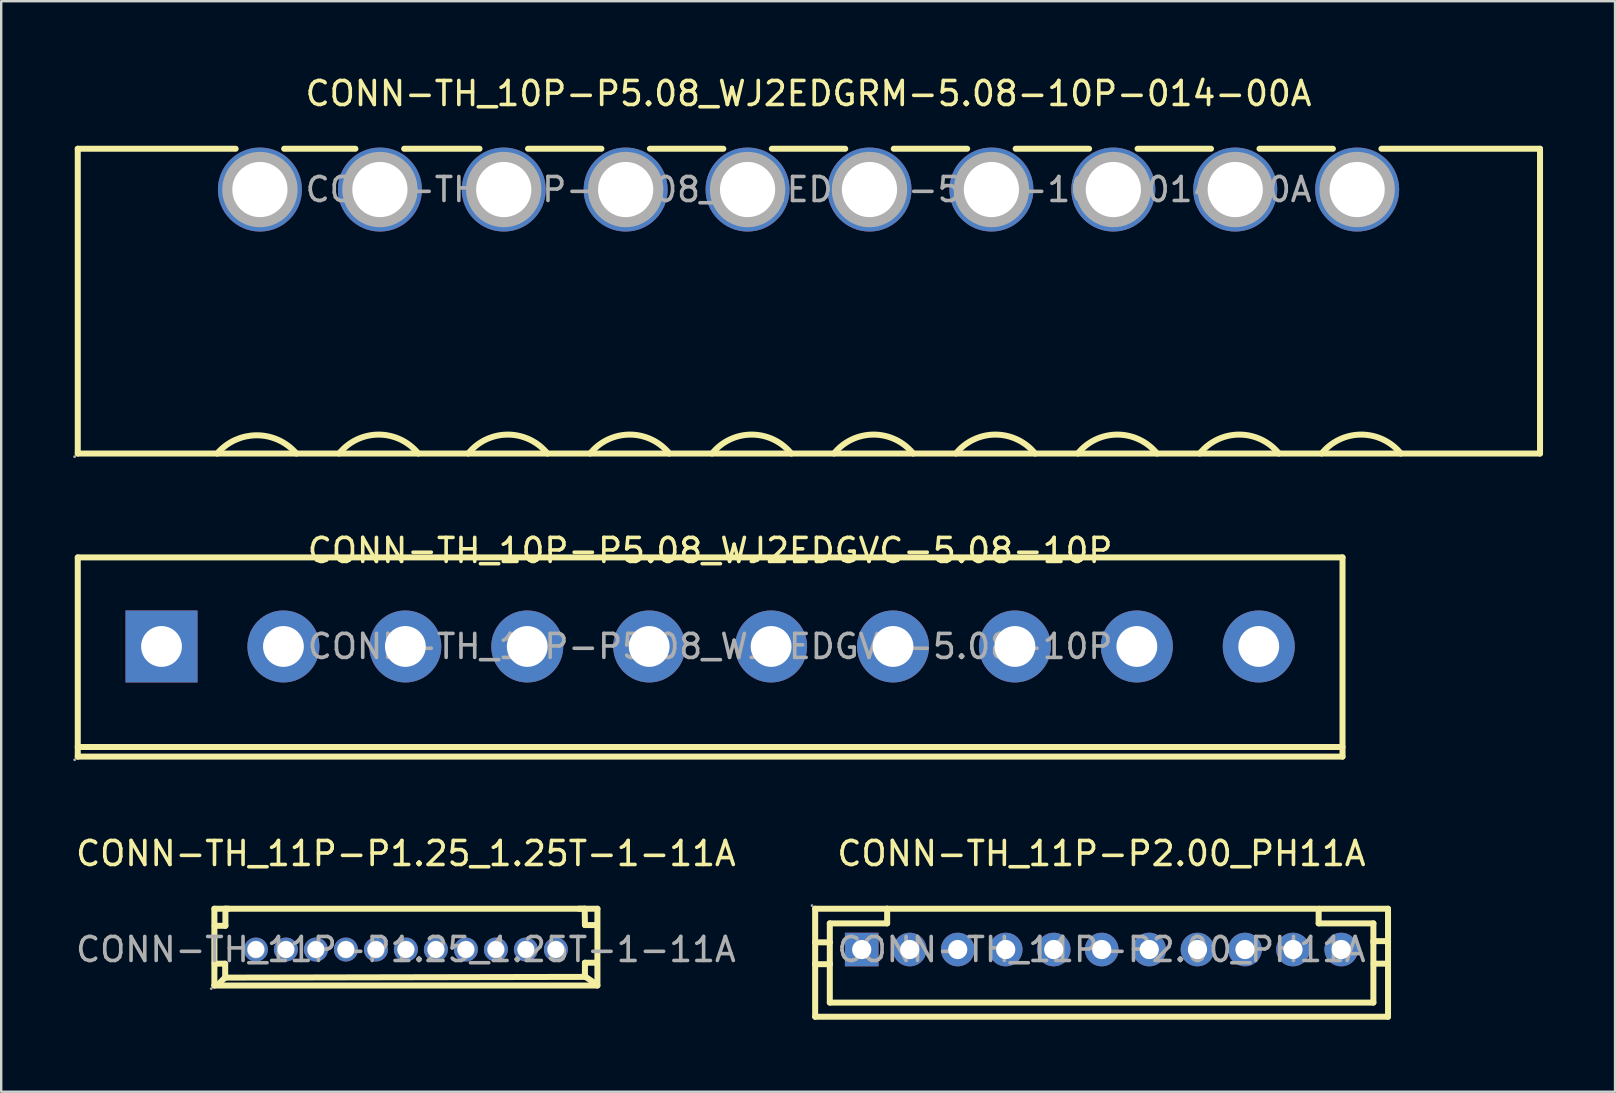
<source format=kicad_pcb>
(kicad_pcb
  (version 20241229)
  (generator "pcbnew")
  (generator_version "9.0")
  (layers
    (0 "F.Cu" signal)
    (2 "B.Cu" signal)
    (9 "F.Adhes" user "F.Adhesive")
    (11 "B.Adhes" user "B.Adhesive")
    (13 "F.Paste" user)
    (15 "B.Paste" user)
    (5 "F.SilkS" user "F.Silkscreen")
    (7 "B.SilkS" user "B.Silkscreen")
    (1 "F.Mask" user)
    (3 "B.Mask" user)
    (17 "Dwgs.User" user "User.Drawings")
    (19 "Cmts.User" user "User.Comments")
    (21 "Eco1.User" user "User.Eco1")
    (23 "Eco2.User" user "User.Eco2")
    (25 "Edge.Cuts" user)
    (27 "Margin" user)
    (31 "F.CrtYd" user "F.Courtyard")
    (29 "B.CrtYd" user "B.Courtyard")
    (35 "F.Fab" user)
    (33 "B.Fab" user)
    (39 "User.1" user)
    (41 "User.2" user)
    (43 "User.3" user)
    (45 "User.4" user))
  (footprint "CONN-TH_10P-P5.08_WJ2EDGVC-5.08-10P"
    (layer "F.Cu")
    (at 26.54 23.887)
    (property "Reference" "CONN-TH_10P-P5.08_WJ2EDGVC-5.08-10P" (at 0 -4 0) (layer "F.SilkS") (effects (font (size 1 1) (thickness 0.15))))
    (attr through_hole)
    (fp_line (start -26.35 -3.71) (end 26.35 -3.71) (stroke (width 0.25) (type solid)) (layer "F.SilkS"))
    (fp_line (start -26.35 4.19) (end 26.35 4.19) (stroke (width 0.25) (type solid)) (layer "F.SilkS"))
    (fp_line (start -26.35 4.59) (end -26.35 -3.71) (stroke (width 0.25) (type solid)) (layer "F.SilkS"))
    (fp_line (start -26.35 4.59) (end 26.35 4.59) (stroke (width 0.25) (type solid)) (layer "F.SilkS"))
    (fp_line (start 26.35 4.59) (end 26.35 -3.71) (stroke (width 0.25) (type solid)) (layer "F.SilkS"))
    (fp_circle (center -26.48 4.72) (end -26.45 4.72) (stroke (width 0.06) (type solid)) (fill no) (layer "F.Fab"))
    (fp_circle (center -22.86 0) (end -22.48 0) (stroke (width 0.75) (type solid)) (fill no) (layer "F.Fab"))
    (fp_circle (center -17.78 0) (end -17.4 0) (stroke (width 0.75) (type solid)) (fill no) (layer "F.Fab"))
    (fp_circle (center -12.7 0) (end -12.32 0) (stroke (width 0.75) (type solid)) (fill no) (layer "F.Fab"))
    (fp_circle (center -7.62 0) (end -7.24 0) (stroke (width 0.75) (type solid)) (fill no) (layer "F.Fab"))
    (fp_circle (center -2.54 0) (end -2.16 0) (stroke (width 0.75) (type solid)) (fill no) (layer "F.Fab"))
    (fp_circle (center 2.54 0) (end 2.92 0) (stroke (width 0.75) (type solid)) (fill no) (layer "F.Fab"))
    (fp_circle (center 7.62 0) (end 8 0) (stroke (width 0.75) (type solid)) (fill no) (layer "F.Fab"))
    (fp_circle (center 12.7 0) (end 13.08 0) (stroke (width 0.75) (type solid)) (fill no) (layer "F.Fab"))
    (fp_circle (center 17.78 0) (end 18.16 0) (stroke (width 0.75) (type solid)) (fill no) (layer "F.Fab"))
    (fp_circle (center 22.86 0) (end 23.24 0) (stroke (width 0.75) (type solid)) (fill no) (layer "F.Fab"))
    (fp_text user "${REFERENCE}" (at 0 0 0) (layer "F.Fab") (effects (font (size 1 1) (thickness 0.15))))
    (pad "1" thru_hole rect (at -22.86 0) (size 3 3) (drill 1.7) (layers "*.Cu" "*.Paste" "*.Mask"))
    (pad "2" thru_hole circle (at -17.78 0) (size 3 3) (drill 1.7) (layers "*.Cu" "*.Paste" "*.Mask"))
    (pad "3" thru_hole circle (at -12.7 0) (size 3 3) (drill 1.7) (layers "*.Cu" "*.Paste" "*.Mask"))
    (pad "4" thru_hole circle (at -7.62 0) (size 3 3) (drill 1.7) (layers "*.Cu" "*.Paste" "*.Mask"))
    (pad "5" thru_hole circle (at -2.54 0) (size 3 3) (drill 1.7) (layers "*.Cu" "*.Paste" "*.Mask"))
    (pad "6" thru_hole circle (at 2.54 0) (size 3 3) (drill 1.7) (layers "*.Cu" "*.Paste" "*.Mask"))
    (pad "7" thru_hole circle (at 7.62 0) (size 3 3) (drill 1.7) (layers "*.Cu" "*.Paste" "*.Mask"))
    (pad "8" thru_hole circle (at 12.7 0) (size 3 3) (drill 1.7) (layers "*.Cu" "*.Paste" "*.Mask"))
    (pad "9" thru_hole circle (at 17.78 0) (size 3 3) (drill 1.7) (layers "*.Cu" "*.Paste" "*.Mask"))
    (pad "10" thru_hole circle (at 22.86 0) (size 3 3) (drill 1.7) (layers "*.Cu" "*.Paste" "*.Mask")))
  (footprint "CONN-TH_10P-P5.08_WJ2EDGRM-5.08-10P-014-00A"
    (layer "F.Cu")
    (at 30.64 4.848)
    (property "Reference" "CONN-TH_10P-P5.08_WJ2EDGRM-5.08-10P-014-00A" (at 0 -4 0) (layer "F.SilkS") (effects (font (size 1 1) (thickness 0.15))))
    (attr through_hole)
    (fp_line (start -30.45 -1.7) (end -30.45 11) (stroke (width 0.25) (type solid)) (layer "F.SilkS"))
    (fp_line (start -30.45 -1.7) (end -23.87 -1.7) (stroke (width 0.25) (type solid)) (layer "F.SilkS"))
    (fp_line (start -30.45 11) (end 30.48 11) (stroke (width 0.25) (type solid)) (layer "F.SilkS"))
    (fp_line (start -21.85 -1.7) (end -18.88 -1.7) (stroke (width 0.25) (type solid)) (layer "F.SilkS"))
    (fp_line (start -16.85 -1.7) (end -13.71 -1.7) (stroke (width 0.25) (type solid)) (layer "F.SilkS"))
    (fp_line (start -11.69 -1.7) (end -8.63 -1.7) (stroke (width 0.25) (type solid)) (layer "F.SilkS"))
    (fp_line (start -6.61 -1.7) (end -3.55 -1.7) (stroke (width 0.25) (type solid)) (layer "F.SilkS"))
    (fp_line (start -1.53 -1.7) (end 1.53 -1.7) (stroke (width 0.25) (type solid)) (layer "F.SilkS"))
    (fp_line (start 3.55 -1.7) (end 6.61 -1.7) (stroke (width 0.25) (type solid)) (layer "F.SilkS"))
    (fp_line (start 8.63 -1.7) (end 11.69 -1.7) (stroke (width 0.25) (type solid)) (layer "F.SilkS"))
    (fp_line (start 13.71 -1.7) (end 16.77 -1.7) (stroke (width 0.25) (type solid)) (layer "F.SilkS"))
    (fp_line (start 18.79 -1.7) (end 21.85 -1.7) (stroke (width 0.25) (type solid)) (layer "F.SilkS"))
    (fp_line (start 23.87 -1.7) (end 30.48 -1.7) (stroke (width 0.25) (type solid)) (layer "F.SilkS"))
    (fp_line (start 30.48 -1.7) (end 30.48 11) (stroke (width 0.25) (type solid)) (layer "F.SilkS"))
    (fp_arc (start -24.640511 11.000599) (mid -22.990394 10.239609) (end -21.34 11) (stroke (width 0.25) (type solid)) (layer "F.SilkS"))
    (fp_arc (start -19.558881 10.998614) (mid -17.909109 10.210709) (end -16.26 11) (stroke (width 0.25) (type solid)) (layer "F.SilkS"))
    (fp_arc (start -14.178881 10.998614) (mid -12.529109 10.210709) (end -10.88 11) (stroke (width 0.25) (type solid)) (layer "F.SilkS"))
    (fp_arc (start -9.098881 10.998614) (mid -7.449109 10.210709) (end -5.8 11) (stroke (width 0.25) (type solid)) (layer "F.SilkS"))
    (fp_arc (start -4.018881 10.998614) (mid -2.369109 10.210709) (end -0.72 11) (stroke (width 0.25) (type solid)) (layer "F.SilkS"))
    (fp_arc (start 1.061119 10.998614) (mid 2.710891 10.210709) (end 4.36 11) (stroke (width 0.25) (type solid)) (layer "F.SilkS"))
    (fp_arc (start 6.141119 10.998614) (mid 7.790891 10.210709) (end 9.44 11) (stroke (width 0.25) (type solid)) (layer "F.SilkS"))
    (fp_arc (start 11.221119 10.998614) (mid 12.870891 10.210709) (end 14.52 11) (stroke (width 0.25) (type solid)) (layer "F.SilkS"))
    (fp_arc (start 16.301119 10.998614) (mid 17.950891 10.210709) (end 19.6 11) (stroke (width 0.25) (type solid)) (layer "F.SilkS"))
    (fp_arc (start 21.381119 10.998614) (mid 23.030891 10.210709) (end 24.68 11) (stroke (width 0.25) (type solid)) (layer "F.SilkS"))
    (fp_circle (center -30.58 11.13) (end -30.55 11.13) (stroke (width 0.06) (type solid)) (fill no) (layer "F.Fab"))
    (fp_circle (center -22.86 0) (end -22.34 0) (stroke (width 1.05) (type solid)) (fill no) (layer "F.Fab"))
    (fp_circle (center -17.86 0) (end -17.34 0) (stroke (width 1.05) (type solid)) (fill no) (layer "F.Fab"))
    (fp_circle (center -12.7 0) (end -12.18 0) (stroke (width 1.05) (type solid)) (fill no) (layer "F.Fab"))
    (fp_circle (center -7.62 0) (end -7.1 0) (stroke (width 1.05) (type solid)) (fill no) (layer "F.Fab"))
    (fp_circle (center -2.54 0) (end -2.02 0) (stroke (width 1.05) (type solid)) (fill no) (layer "F.Fab"))
    (fp_circle (center 2.54 0) (end 3.06 0) (stroke (width 1.05) (type solid)) (fill no) (layer "F.Fab"))
    (fp_circle (center 7.62 0) (end 8.14 0) (stroke (width 1.05) (type solid)) (fill no) (layer "F.Fab"))
    (fp_circle (center 12.7 0) (end 13.22 0) (stroke (width 1.05) (type solid)) (fill no) (layer "F.Fab"))
    (fp_circle (center 17.78 0) (end 18.3 0) (stroke (width 1.05) (type solid)) (fill no) (layer "F.Fab"))
    (fp_circle (center 22.86 0) (end 23.38 0) (stroke (width 1.05) (type solid)) (fill no) (layer "F.Fab"))
    (fp_text user "${REFERENCE}" (at 0 0 0) (layer "F.Fab") (effects (font (size 1 1) (thickness 0.15))))
    (pad "1" thru_hole circle (at -22.86 0) (size 3.5 3.5) (drill 2.3) (layers "*.Cu" "*.Paste" "*.Mask"))
    (pad "2" thru_hole circle (at -17.86 0) (size 3.5 3.5) (drill 2.3) (layers "*.Cu" "*.Paste" "*.Mask"))
    (pad "3" thru_hole circle (at -12.7 0) (size 3.5 3.5) (drill 2.3) (layers "*.Cu" "*.Paste" "*.Mask"))
    (pad "4" thru_hole circle (at -7.62 0) (size 3.5 3.5) (drill 2.3) (layers "*.Cu" "*.Paste" "*.Mask"))
    (pad "5" thru_hole circle (at -2.54 0) (size 3.5 3.5) (drill 2.3) (layers "*.Cu" "*.Paste" "*.Mask"))
    (pad "6" thru_hole circle (at 2.54 0) (size 3.5 3.5) (drill 2.3) (layers "*.Cu" "*.Paste" "*.Mask"))
    (pad "7" thru_hole circle (at 7.62 0) (size 3.5 3.5) (drill 2.3) (layers "*.Cu" "*.Paste" "*.Mask"))
    (pad "8" thru_hole circle (at 12.7 0) (size 3.5 3.5) (drill 2.3) (layers "*.Cu" "*.Paste" "*.Mask"))
    (pad "9" thru_hole circle (at 17.78 0) (size 3.5 3.5) (drill 2.3) (layers "*.Cu" "*.Paste" "*.Mask"))
    (pad "10" thru_hole circle (at 22.86 0) (size 3.5 3.5) (drill 2.3) (layers "*.Cu" "*.Paste" "*.Mask")))
  (footprint "CONN-TH_11P-P2.00_PH11A"
    (layer "F.Cu")
    (at 42.846 36.515)
    (property "Reference" "CONN-TH_11P-P2.00_PH11A" (at 0 -4 0) (layer "F.SilkS") (effects (font (size 1 1) (thickness 0.15))))
    (attr through_hole)
    (fp_line (start -11.93 -0.3) (end -11.93 -1.7) (stroke (width 0.25) (type solid)) (layer "F.SilkS"))
    (fp_line (start -11.93 0.61) (end -11.93 -0.3) (stroke (width 0.25) (type solid)) (layer "F.SilkS"))
    (fp_line (start -11.93 2.8) (end -11.93 0.61) (stroke (width 0.25) (type solid)) (layer "F.SilkS"))
    (fp_line (start -11.32 -0.3) (end -11.93 -0.3) (stroke (width 0.25) (type solid)) (layer "F.SilkS"))
    (fp_line (start -11.32 -0.3) (end -11.32 -1.09) (stroke (width 0.25) (type solid)) (layer "F.SilkS"))
    (fp_line (start -11.32 0.61) (end -11.93 0.61) (stroke (width 0.25) (type solid)) (layer "F.SilkS"))
    (fp_line (start -11.32 0.61) (end -11.32 -0.3) (stroke (width 0.25) (type solid)) (layer "F.SilkS"))
    (fp_line (start -11.32 2.21) (end -11.32 0.61) (stroke (width 0.25) (type solid)) (layer "F.SilkS"))
    (fp_line (start -8.93 -1.7) (end -11.93 -1.7) (stroke (width 0.25) (type solid)) (layer "F.SilkS"))
    (fp_line (start -8.93 -1.09) (end -11.32 -1.09) (stroke (width 0.25) (type solid)) (layer "F.SilkS"))
    (fp_line (start -8.93 -1.09) (end -8.93 -1.7) (stroke (width 0.25) (type solid)) (layer "F.SilkS"))
    (fp_line (start 8.95 -1.7) (end -8.93 -1.7) (stroke (width 0.25) (type solid)) (layer "F.SilkS"))
    (fp_line (start 9.05 -1.09) (end 9.05 -1.7) (stroke (width 0.25) (type solid)) (layer "F.SilkS"))
    (fp_line (start 11.33 -1.09) (end 9.05 -1.09) (stroke (width 0.25) (type solid)) (layer "F.SilkS"))
    (fp_line (start 11.33 -0.3) (end 11.33 -1.09) (stroke (width 0.25) (type solid)) (layer "F.SilkS"))
    (fp_line (start 11.33 0.56) (end 11.33 -0.35) (stroke (width 0.25) (type solid)) (layer "F.SilkS"))
    (fp_line (start 11.33 2.21) (end -11.32 2.21) (stroke (width 0.25) (type solid)) (layer "F.SilkS"))
    (fp_line (start 11.33 2.21) (end 11.33 0.61) (stroke (width 0.25) (type solid)) (layer "F.SilkS"))
    (fp_line (start 11.94 -1.7) (end 9.05 -1.7) (stroke (width 0.25) (type solid)) (layer "F.SilkS"))
    (fp_line (start 11.94 -0.35) (end 11.44 -0.35) (stroke (width 0.25) (type solid)) (layer "F.SilkS"))
    (fp_line (start 11.94 -0.3) (end 11.94 -1.7) (stroke (width 0.25) (type solid)) (layer "F.SilkS"))
    (fp_line (start 11.94 0.56) (end 11.94 -0.35) (stroke (width 0.25) (type solid)) (layer "F.SilkS"))
    (fp_line (start 11.94 0.59) (end 11.44 0.59) (stroke (width 0.25) (type solid)) (layer "F.SilkS"))
    (fp_line (start 11.94 2.8) (end -11.93 2.8) (stroke (width 0.25) (type solid)) (layer "F.SilkS"))
    (fp_line (start 11.94 2.8) (end 11.94 0.61) (stroke (width 0.25) (type solid)) (layer "F.SilkS"))
    (fp_circle (center -12.06 -1.83) (end -12.03 -1.83) (stroke (width 0.06) (type solid)) (fill no) (layer "F.Fab"))
    (fp_circle (center -9.99 0) (end -9.84 0) (stroke (width 0.3) (type solid)) (fill no) (layer "F.Fab"))
    (fp_circle (center -7.99 0) (end -7.84 0) (stroke (width 0.3) (type solid)) (fill no) (layer "F.Fab"))
    (fp_circle (center -5.99 0) (end -5.84 0) (stroke (width 0.3) (type solid)) (fill no) (layer "F.Fab"))
    (fp_circle (center -3.99 0) (end -3.84 0) (stroke (width 0.3) (type solid)) (fill no) (layer "F.Fab"))
    (fp_circle (center -1.99 0) (end -1.84 0) (stroke (width 0.3) (type solid)) (fill no) (layer "F.Fab"))
    (fp_circle (center 0.01 0) (end 0.16 0) (stroke (width 0.3) (type solid)) (fill no) (layer "F.Fab"))
    (fp_circle (center 1.99 0) (end 2.14 0) (stroke (width 0.3) (type solid)) (fill no) (layer "F.Fab"))
    (fp_circle (center 4 0) (end 4.15 0) (stroke (width 0.3) (type solid)) (fill no) (layer "F.Fab"))
    (fp_circle (center 5.98 0) (end 6.13 0) (stroke (width 0.3) (type solid)) (fill no) (layer "F.Fab"))
    (fp_circle (center 7.98 0) (end 8.13 0) (stroke (width 0.3) (type solid)) (fill no) (layer "F.Fab"))
    (fp_circle (center 9.99 0) (end 10.14 0) (stroke (width 0.3) (type solid)) (fill no) (layer "F.Fab"))
    (fp_text user "${REFERENCE}" (at 0 0 0) (layer "F.Fab") (effects (font (size 1 1) (thickness 0.15))))
    (pad "1" thru_hole rect (at -9.99 0 180) (size 1.4 1.4) (drill 0.8) (layers "*.Cu" "*.Paste" "*.Mask"))
    (pad "2" thru_hole circle (at -7.99 0 180) (size 1.4 1.4) (drill 0.8) (layers "*.Cu" "*.Paste" "*.Mask"))
    (pad "3" thru_hole circle (at -5.99 0 180) (size 1.4 1.4) (drill 0.8) (layers "*.Cu" "*.Paste" "*.Mask"))
    (pad "4" thru_hole circle (at -3.99 0 180) (size 1.4 1.4) (drill 0.8) (layers "*.Cu" "*.Paste" "*.Mask"))
    (pad "5" thru_hole circle (at -1.99 0 180) (size 1.4 1.4) (drill 0.8) (layers "*.Cu" "*.Paste" "*.Mask"))
    (pad "6" thru_hole circle (at 0.01 0 180) (size 1.4 1.4) (drill 0.8) (layers "*.Cu" "*.Paste" "*.Mask"))
    (pad "7" thru_hole circle (at 1.99 0 180) (size 1.4 1.4) (drill 0.8) (layers "*.Cu" "*.Paste" "*.Mask"))
    (pad "8" thru_hole circle (at 4 0 180) (size 1.4 1.4) (drill 0.8) (layers "*.Cu" "*.Paste" "*.Mask"))
    (pad "9" thru_hole circle (at 5.98 0 180) (size 1.4 1.4) (drill 0.8) (layers "*.Cu" "*.Paste" "*.Mask"))
    (pad "10" thru_hole circle (at 7.98 0 180) (size 1.4 1.4) (drill 0.8) (layers "*.Cu" "*.Paste" "*.Mask"))
    (pad "11" thru_hole circle (at 9.99 0 180) (size 1.4 1.4) (drill 0.8) (layers "*.Cu" "*.Paste" "*.Mask")))
  (footprint "CONN-TH_11P-P1.25_1.25T-1-11A"
    (layer "F.Cu")
    (at 13.863 36.515)
    (property "Reference" "CONN-TH_11P-P1.25_1.25T-1-11A" (at 0 -4 0) (layer "F.SilkS") (effects (font (size 1 1) (thickness 0.15))))
    (attr through_hole)
    (fp_line (start -7.98 -1.7) (end -7.98 1.5) (stroke (width 0.25) (type solid)) (layer "F.SilkS"))
    (fp_line (start -7.98 -1.7) (end 7.98 -1.7) (stroke (width 0.25) (type solid)) (layer "F.SilkS"))
    (fp_line (start -7.98 1.5) (end 7.98 1.5) (stroke (width 0.25) (type solid)) (layer "F.SilkS"))
    (fp_line (start -7.97 -0.99) (end -7.52 -0.99) (stroke (width 0.25) (type solid)) (layer "F.SilkS"))
    (fp_line (start -7.97 1.48) (end -7.85 1.48) (stroke (width 0.25) (type solid)) (layer "F.SilkS"))
    (fp_line (start -7.85 1.48) (end -7.54 1.17) (stroke (width 0.25) (type solid)) (layer "F.SilkS"))
    (fp_line (start -7.54 1.17) (end 7.49 1.14) (stroke (width 0.25) (type solid)) (layer "F.SilkS"))
    (fp_line (start -7.53 0.59) (end -7.97 0.59) (stroke (width 0.25) (type solid)) (layer "F.SilkS"))
    (fp_line (start -7.53 1.17) (end -7.53 0.59) (stroke (width 0.25) (type solid)) (layer "F.SilkS"))
    (fp_line (start -7.52 -1.7) (end -7.39 -1.7) (stroke (width 0.25) (type solid)) (layer "F.SilkS"))
    (fp_line (start -7.52 -0.99) (end -7.52 -1.7) (stroke (width 0.25) (type solid)) (layer "F.SilkS"))
    (fp_line (start 7.45 -1.7) (end 7.2 -1.7) (stroke (width 0.25) (type solid)) (layer "F.SilkS"))
    (fp_line (start 7.46 -1.02) (end 7.45 -1.7) (stroke (width 0.25) (type solid)) (layer "F.SilkS"))
    (fp_line (start 7.46 0.55) (end 7.9 0.55) (stroke (width 0.25) (type solid)) (layer "F.SilkS"))
    (fp_line (start 7.46 1.13) (end 7.46 0.55) (stroke (width 0.25) (type solid)) (layer "F.SilkS"))
    (fp_line (start 7.49 1.14) (end 7.87 1.4) (stroke (width 0.25) (type solid)) (layer "F.SilkS"))
    (fp_line (start 7.88 -1.02) (end 7.46 -1.02) (stroke (width 0.25) (type solid)) (layer "F.SilkS"))
    (fp_line (start 7.98 -1.7) (end 7.98 1.5) (stroke (width 0.25) (type solid)) (layer "F.SilkS"))
    (fp_circle (center -8.11 1.63) (end -8.08 1.63) (stroke (width 0.06) (type solid)) (fill no) (layer "F.Fab"))
    (fp_circle (center -6.25 0) (end -6.13 0) (stroke (width 0.25) (type solid)) (fill no) (layer "F.Fab"))
    (fp_circle (center -5 0) (end -4.88 0) (stroke (width 0.25) (type solid)) (fill no) (layer "F.Fab"))
    (fp_circle (center -3.75 0) (end -3.63 0) (stroke (width 0.25) (type solid)) (fill no) (layer "F.Fab"))
    (fp_circle (center -2.5 0) (end -2.38 0) (stroke (width 0.25) (type solid)) (fill no) (layer "F.Fab"))
    (fp_circle (center -1.25 0) (end -1.13 0) (stroke (width 0.25) (type solid)) (fill no) (layer "F.Fab"))
    (fp_circle (center 0 0) (end 0.12 0) (stroke (width 0.25) (type solid)) (fill no) (layer "F.Fab"))
    (fp_circle (center 1.25 0) (end 1.37 0) (stroke (width 0.25) (type solid)) (fill no) (layer "F.Fab"))
    (fp_circle (center 2.5 0) (end 2.62 0) (stroke (width 0.25) (type solid)) (fill no) (layer "F.Fab"))
    (fp_circle (center 3.75 0) (end 3.87 0) (stroke (width 0.25) (type solid)) (fill no) (layer "F.Fab"))
    (fp_circle (center 5 0) (end 5.12 0) (stroke (width 0.25) (type solid)) (fill no) (layer "F.Fab"))
    (fp_circle (center 6.25 0) (end 6.37 0) (stroke (width 0.25) (type solid)) (fill no) (layer "F.Fab"))
    (fp_text user "${REFERENCE}" (at 0 0 0) (layer "F.Fab") (effects (font (size 1 1) (thickness 0.15))))
    (pad "1" thru_hole circle (at -6.25 0) (size 1 1) (drill 0.7) (layers "*.Cu" "*.Paste" "*.Mask"))
    (pad "2" thru_hole circle (at -5 0) (size 1 1) (drill 0.7) (layers "*.Cu" "*.Paste" "*.Mask"))
    (pad "3" thru_hole circle (at -3.75 0) (size 1 1) (drill 0.7) (layers "*.Cu" "*.Paste" "*.Mask"))
    (pad "4" thru_hole circle (at -2.5 0) (size 1 1) (drill 0.7) (layers "*.Cu" "*.Paste" "*.Mask"))
    (pad "5" thru_hole circle (at -1.25 0) (size 1 1) (drill 0.7) (layers "*.Cu" "*.Paste" "*.Mask"))
    (pad "6" thru_hole circle (at 0 0) (size 1 1) (drill 0.7) (layers "*.Cu" "*.Paste" "*.Mask"))
    (pad "7" thru_hole circle (at 1.25 0) (size 1 1) (drill 0.7) (layers "*.Cu" "*.Paste" "*.Mask"))
    (pad "8" thru_hole circle (at 2.5 0) (size 1 1) (drill 0.7) (layers "*.Cu" "*.Paste" "*.Mask"))
    (pad "9" thru_hole circle (at 3.75 0) (size 1 1) (drill 0.7) (layers "*.Cu" "*.Paste" "*.Mask"))
    (pad "10" thru_hole circle (at 5 0) (size 1 1) (drill 0.7) (layers "*.Cu" "*.Paste" "*.Mask"))
    (pad "11" thru_hole circle (at 6.25 0) (size 1 1) (drill 0.7) (layers "*.Cu" "*.Paste" "*.Mask")))
  (gr_rect
    (start -3 -3)
    (end 64.245 42.44)
    (stroke (width 0.1) (type default))
    (fill no)
    (layer "Edge.Cuts")))
</source>
